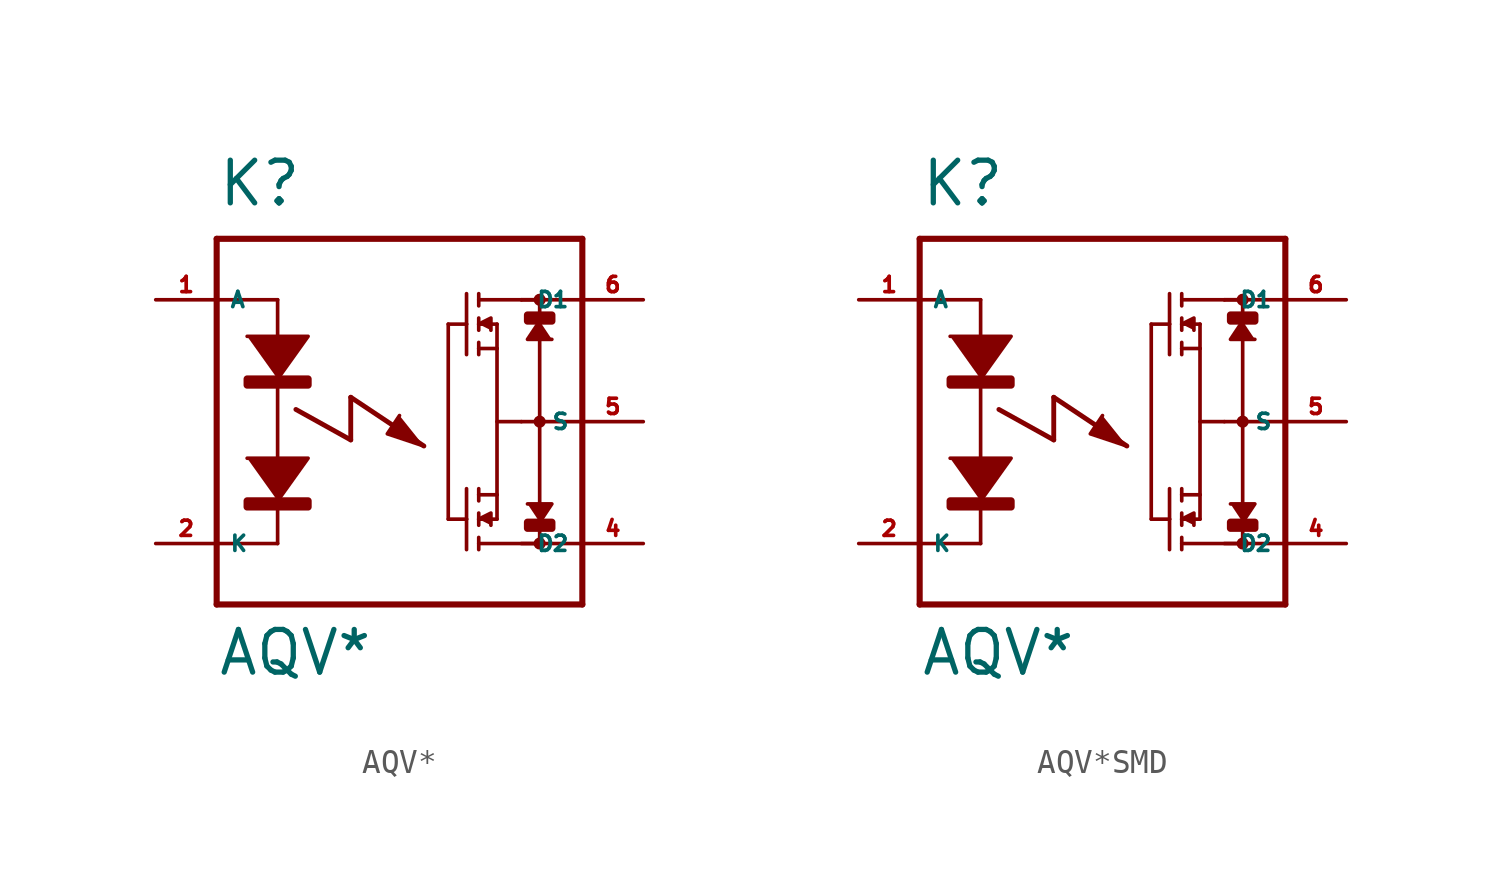
<source format=kicad_sym>
(kicad_symbol_lib
  (version 20220914)
  (generator Eagle2Kicad)
  (symbol "AQV*"
    (property "Reference" "K"
      (at -7.62 8.89 0)
      (effects (font (size 1.778 1.778) (thickness 0.22)) (justify left bottom)))
    (property "Value" "AQV*"
      (at -7.62 -10.668 0)
      (effects (font (size 1.778 1.778) (thickness 0.22)) (justify left bottom)))
    (polyline
      (pts (xy -6.35 3.556) (xy -3.81 3.556) (xy -5.08 1.778))
      (stroke (width 0.152) (type default))
      (fill (type outline)))
    (polyline
      (pts (xy 3.302 4.064) (xy 3.81 4.318) (xy 3.81 3.81))
      (stroke (width 0.152) (type default))
      (fill (type outline)))
    (polyline
      (pts (xy 3.302 -4.064) (xy 3.81 -3.81) (xy 3.81 -4.318))
      (stroke (width 0.152) (type default))
      (fill (type outline)))
    (polyline
      (pts (xy 5.842 4.191) (xy 5.334 3.429) (xy 6.35 3.429))
      (stroke (width 0.152) (type default))
      (fill (type outline)))
    (polyline
      (pts (xy 5.842 -4.191) (xy 6.35 -3.429) (xy 5.334 -3.429))
      (stroke (width 0.152) (type default))
      (fill (type outline)))
    (polyline
      (pts (xy -6.35 -1.524) (xy -3.81 -1.524) (xy -5.08 -3.302))
      (stroke (width 0.152) (type default))
      (fill (type outline)))
    (polyline
      (pts (xy 0 0.254) (xy -0.508 -0.508) (xy 1.016 -1.016))
      (stroke (width 0.152) (type default))
      (fill (type outline)))
    (polyline
      (pts (xy -5.08 5.08) (xy -5.08 -5.08))
      (stroke (width 0.152) (type default))
      (fill (type none)))
    (polyline
      (pts (xy 3.302 5.334) (xy 3.302 4.826))
      (stroke (width 0.152) (type default))
      (fill (type none)))
    (polyline
      (pts (xy 3.302 4.318) (xy 3.302 4.064))
      (stroke (width 0.152) (type default))
      (fill (type none)))
    (polyline
      (pts (xy 3.302 4.064) (xy 3.302 3.81))
      (stroke (width 0.152) (type default))
      (fill (type none)))
    (polyline
      (pts (xy 3.302 3.302) (xy 3.302 3.048))
      (stroke (width 0.152) (type default))
      (fill (type none)))
    (polyline
      (pts (xy 3.302 3.048) (xy 3.302 2.794))
      (stroke (width 0.152) (type default))
      (fill (type none)))
    (polyline
      (pts (xy 3.302 4.064) (xy 4.064 4.064))
      (stroke (width 0.152) (type default))
      (fill (type none)))
    (polyline
      (pts (xy 3.302 3.048) (xy 4.064 3.048))
      (stroke (width 0.152) (type default))
      (fill (type none)))
    (polyline
      (pts (xy 4.064 3.048) (xy 4.064 4.064))
      (stroke (width 0.152) (type default))
      (fill (type none)))
    (polyline
      (pts (xy 2.794 5.334) (xy 2.794 4.064))
      (stroke (width 0.152) (type default))
      (fill (type none)))
    (polyline
      (pts (xy 2.794 4.064) (xy 2.794 2.794))
      (stroke (width 0.152) (type default))
      (fill (type none)))
    (polyline
      (pts (xy 2.794 4.064) (xy 2.032 4.064))
      (stroke (width 0.152) (type default))
      (fill (type none)))
    (polyline
      (pts (xy 3.302 -5.334) (xy 3.302 -4.826))
      (stroke (width 0.152) (type default))
      (fill (type none)))
    (polyline
      (pts (xy 3.302 -4.318) (xy 3.302 -4.064))
      (stroke (width 0.152) (type default))
      (fill (type none)))
    (polyline
      (pts (xy 3.302 -4.064) (xy 3.302 -3.81))
      (stroke (width 0.152) (type default))
      (fill (type none)))
    (polyline
      (pts (xy 3.302 -3.302) (xy 3.302 -3.048))
      (stroke (width 0.152) (type default))
      (fill (type none)))
    (polyline
      (pts (xy 3.302 -3.048) (xy 3.302 -2.794))
      (stroke (width 0.152) (type default))
      (fill (type none)))
    (polyline
      (pts (xy 3.302 -4.064) (xy 4.064 -4.064))
      (stroke (width 0.152) (type default))
      (fill (type none)))
    (polyline
      (pts (xy 3.302 -3.048) (xy 4.064 -3.048))
      (stroke (width 0.152) (type default))
      (fill (type none)))
    (polyline
      (pts (xy 4.064 -3.048) (xy 4.064 -4.064))
      (stroke (width 0.152) (type default))
      (fill (type none)))
    (polyline
      (pts (xy 4.064 3.048) (xy 4.064 -3.048))
      (stroke (width 0.152) (type default))
      (fill (type none)))
    (polyline
      (pts (xy 2.794 -5.334) (xy 2.794 -4.064))
      (stroke (width 0.152) (type default))
      (fill (type none)))
    (polyline
      (pts (xy 2.794 -4.064) (xy 2.794 -2.794))
      (stroke (width 0.152) (type default))
      (fill (type none)))
    (polyline
      (pts (xy 2.794 -4.064) (xy 2.032 -4.064))
      (stroke (width 0.152) (type default))
      (fill (type none)))
    (polyline
      (pts (xy 2.032 4.064) (xy 2.032 -4.064))
      (stroke (width 0.152) (type default))
      (fill (type none)))
    (polyline
      (pts (xy -7.62 7.62) (xy -7.62 5.08))
      (stroke (width 0.254) (type default))
      (fill (type none)))
    (polyline
      (pts (xy -7.62 5.08) (xy -7.62 -5.08))
      (stroke (width 0.254) (type default))
      (fill (type none)))
    (polyline
      (pts (xy -7.62 -5.08) (xy -7.62 -7.62))
      (stroke (width 0.254) (type default))
      (fill (type none)))
    (polyline
      (pts (xy -7.62 -7.62) (xy 7.62 -7.62))
      (stroke (width 0.254) (type default))
      (fill (type none)))
    (polyline
      (pts (xy 7.62 -7.62) (xy 7.62 -5.08))
      (stroke (width 0.254) (type default))
      (fill (type none)))
    (polyline
      (pts (xy 7.62 -5.08) (xy 7.62 0))
      (stroke (width 0.254) (type default))
      (fill (type none)))
    (polyline
      (pts (xy 7.62 0) (xy 7.62 5.08))
      (stroke (width 0.254) (type default))
      (fill (type none)))
    (polyline
      (pts (xy 7.62 5.08) (xy 7.62 7.62))
      (stroke (width 0.254) (type default))
      (fill (type none)))
    (polyline
      (pts (xy 7.62 7.62) (xy -7.62 7.62))
      (stroke (width 0.254) (type default))
      (fill (type none)))
    (polyline
      (pts (xy 3.302 5.08) (xy 5.08 5.08))
      (stroke (width 0.152) (type default))
      (fill (type none)))
    (polyline
      (pts (xy 5.08 5.08) (xy 5.842 5.08))
      (stroke (width 0.152) (type default))
      (fill (type none)))
    (polyline
      (pts (xy 3.302 -5.08) (xy 5.842 -5.08))
      (stroke (width 0.152) (type default))
      (fill (type none)))
    (polyline
      (pts (xy 5.842 5.08) (xy 5.842 -5.08))
      (stroke (width 0.152) (type default))
      (fill (type none)))
    (polyline
      (pts (xy 4.064 0) (xy 5.08 0))
      (stroke (width 0.152) (type default))
      (fill (type none)))
    (polyline
      (pts (xy -5.08 5.08) (xy -7.62 5.08))
      (stroke (width 0.152) (type default))
      (fill (type none)))
    (polyline
      (pts (xy -5.08 -5.08) (xy -7.62 -5.08))
      (stroke (width 0.152) (type default))
      (fill (type none)))
    (polyline
      (pts (xy 7.62 5.08) (xy 5.08 5.08))
      (stroke (width 0.152) (type default))
      (fill (type none)))
    (polyline
      (pts (xy 7.62 0) (xy 5.08 0))
      (stroke (width 0.152) (type default))
      (fill (type none)))
    (polyline
      (pts (xy 7.62 -5.08) (xy 5.08 -5.08))
      (stroke (width 0.152) (type default))
      (fill (type none)))
    (polyline
      (pts (xy -4.318 0.508) (xy -2.032 -0.762))
      (stroke (width 0.203) (type default))
      (fill (type none)))
    (polyline
      (pts (xy -2.032 -0.762) (xy -2.032 1.016))
      (stroke (width 0.203) (type default))
      (fill (type none)))
    (polyline
      (pts (xy -2.032 1.016) (xy 1.016 -1.016))
      (stroke (width 0.203) (type default))
      (fill (type none)))
    (circle
      (center 5.842 5.08)
      (radius 0.127)
      (stroke (width 0.254) (type default))
      (fill (type none)))
    (circle
      (center 5.842 0)
      (radius 0.127)
      (stroke (width 0.254) (type default))
      (fill (type none)))
    (circle
      (center 5.842 -5.08)
      (radius 0.127)
      (stroke (width 0.254) (type default))
      (fill (type none)))
    (rectangle
      (start -6.35 1.524)
      (end -3.81 1.778)
      (stroke (width 0.3) (type default))
      (fill (type outline)))
    (rectangle
      (start 5.334 -4.445)
      (end 6.35 -4.191)
      (stroke (width 0.3) (type default))
      (fill (type outline)))
    (rectangle
      (start 5.334 4.191)
      (end 6.35 4.445)
      (stroke (width 0.3) (type default))
      (fill (type outline)))
    (rectangle
      (start -6.35 -3.556)
      (end -3.81 -3.302)
      (stroke (width 0.3) (type default))
      (fill (type outline)))
    (pin passive line
      (at -10.16 -5.08 0)
      (length 2.54)
      (name "K" (effects (font (size 0.635 0.635) (thickness 0.08)) (justify left bottom)))
      (number "2" (effects (font (size 0.635 0.635) (thickness 0.08)) (justify left bottom))))
    (pin passive line
      (at 10.16 5.08 180)
      (length 2.54)
      (name "D1" (effects (font (size 0.635 0.635) (thickness 0.08)) (justify left bottom)))
      (number "6" (effects (font (size 0.635 0.635) (thickness 0.08)) (justify left bottom))))
    (pin passive line
      (at 10.16 -5.08 180)
      (length 2.54)
      (name "D2" (effects (font (size 0.635 0.635) (thickness 0.08)) (justify left bottom)))
      (number "4" (effects (font (size 0.635 0.635) (thickness 0.08)) (justify left bottom))))
    (pin passive line
      (at -10.16 5.08 0)
      (length 2.54)
      (name "A" (effects (font (size 0.635 0.635) (thickness 0.08)) (justify left bottom)))
      (number "1" (effects (font (size 0.635 0.635) (thickness 0.08)) (justify left bottom))))
    (pin passive line
      (at 10.16 0 180)
      (length 2.54)
      (name "S" (effects (font (size 0.635 0.635) (thickness 0.08)) (justify left bottom)))
      (number "5" (effects (font (size 0.635 0.635) (thickness 0.08)) (justify left bottom)))))
  (symbol "AQV*SMD"
    (property "Reference" "K"
      (at -7.62 8.89 0)
      (effects (font (size 1.778 1.778) (thickness 0.22)) (justify left bottom)))
    (property "Value" "AQV*"
      (at -7.62 -10.668 0)
      (effects (font (size 1.778 1.778) (thickness 0.22)) (justify left bottom)))
    (polyline
      (pts (xy -6.35 3.556) (xy -3.81 3.556) (xy -5.08 1.778))
      (stroke (width 0.152) (type default))
      (fill (type outline)))
    (polyline
      (pts (xy 3.302 4.064) (xy 3.81 4.318) (xy 3.81 3.81))
      (stroke (width 0.152) (type default))
      (fill (type outline)))
    (polyline
      (pts (xy 3.302 -4.064) (xy 3.81 -3.81) (xy 3.81 -4.318))
      (stroke (width 0.152) (type default))
      (fill (type outline)))
    (polyline
      (pts (xy 5.842 4.191) (xy 5.334 3.429) (xy 6.35 3.429))
      (stroke (width 0.152) (type default))
      (fill (type outline)))
    (polyline
      (pts (xy 5.842 -4.191) (xy 6.35 -3.429) (xy 5.334 -3.429))
      (stroke (width 0.152) (type default))
      (fill (type outline)))
    (polyline
      (pts (xy -6.35 -1.524) (xy -3.81 -1.524) (xy -5.08 -3.302))
      (stroke (width 0.152) (type default))
      (fill (type outline)))
    (polyline
      (pts (xy 0 0.254) (xy -0.508 -0.508) (xy 1.016 -1.016))
      (stroke (width 0.152) (type default))
      (fill (type outline)))
    (polyline
      (pts (xy -5.08 5.08) (xy -5.08 -5.08))
      (stroke (width 0.152) (type default))
      (fill (type none)))
    (polyline
      (pts (xy 3.302 5.334) (xy 3.302 4.826))
      (stroke (width 0.152) (type default))
      (fill (type none)))
    (polyline
      (pts (xy 3.302 4.318) (xy 3.302 4.064))
      (stroke (width 0.152) (type default))
      (fill (type none)))
    (polyline
      (pts (xy 3.302 4.064) (xy 3.302 3.81))
      (stroke (width 0.152) (type default))
      (fill (type none)))
    (polyline
      (pts (xy 3.302 3.302) (xy 3.302 3.048))
      (stroke (width 0.152) (type default))
      (fill (type none)))
    (polyline
      (pts (xy 3.302 3.048) (xy 3.302 2.794))
      (stroke (width 0.152) (type default))
      (fill (type none)))
    (polyline
      (pts (xy 3.302 4.064) (xy 4.064 4.064))
      (stroke (width 0.152) (type default))
      (fill (type none)))
    (polyline
      (pts (xy 3.302 3.048) (xy 4.064 3.048))
      (stroke (width 0.152) (type default))
      (fill (type none)))
    (polyline
      (pts (xy 4.064 3.048) (xy 4.064 4.064))
      (stroke (width 0.152) (type default))
      (fill (type none)))
    (polyline
      (pts (xy 2.794 5.334) (xy 2.794 4.064))
      (stroke (width 0.152) (type default))
      (fill (type none)))
    (polyline
      (pts (xy 2.794 4.064) (xy 2.794 2.794))
      (stroke (width 0.152) (type default))
      (fill (type none)))
    (polyline
      (pts (xy 2.794 4.064) (xy 2.032 4.064))
      (stroke (width 0.152) (type default))
      (fill (type none)))
    (polyline
      (pts (xy 3.302 -5.334) (xy 3.302 -4.826))
      (stroke (width 0.152) (type default))
      (fill (type none)))
    (polyline
      (pts (xy 3.302 -4.318) (xy 3.302 -4.064))
      (stroke (width 0.152) (type default))
      (fill (type none)))
    (polyline
      (pts (xy 3.302 -4.064) (xy 3.302 -3.81))
      (stroke (width 0.152) (type default))
      (fill (type none)))
    (polyline
      (pts (xy 3.302 -3.302) (xy 3.302 -3.048))
      (stroke (width 0.152) (type default))
      (fill (type none)))
    (polyline
      (pts (xy 3.302 -3.048) (xy 3.302 -2.794))
      (stroke (width 0.152) (type default))
      (fill (type none)))
    (polyline
      (pts (xy 3.302 -4.064) (xy 4.064 -4.064))
      (stroke (width 0.152) (type default))
      (fill (type none)))
    (polyline
      (pts (xy 3.302 -3.048) (xy 4.064 -3.048))
      (stroke (width 0.152) (type default))
      (fill (type none)))
    (polyline
      (pts (xy 4.064 -3.048) (xy 4.064 -4.064))
      (stroke (width 0.152) (type default))
      (fill (type none)))
    (polyline
      (pts (xy 4.064 3.048) (xy 4.064 -3.048))
      (stroke (width 0.152) (type default))
      (fill (type none)))
    (polyline
      (pts (xy 2.794 -5.334) (xy 2.794 -4.064))
      (stroke (width 0.152) (type default))
      (fill (type none)))
    (polyline
      (pts (xy 2.794 -4.064) (xy 2.794 -2.794))
      (stroke (width 0.152) (type default))
      (fill (type none)))
    (polyline
      (pts (xy 2.794 -4.064) (xy 2.032 -4.064))
      (stroke (width 0.152) (type default))
      (fill (type none)))
    (polyline
      (pts (xy 2.032 4.064) (xy 2.032 -4.064))
      (stroke (width 0.152) (type default))
      (fill (type none)))
    (polyline
      (pts (xy -7.62 7.62) (xy -7.62 5.08))
      (stroke (width 0.254) (type default))
      (fill (type none)))
    (polyline
      (pts (xy -7.62 5.08) (xy -7.62 -5.08))
      (stroke (width 0.254) (type default))
      (fill (type none)))
    (polyline
      (pts (xy -7.62 -5.08) (xy -7.62 -7.62))
      (stroke (width 0.254) (type default))
      (fill (type none)))
    (polyline
      (pts (xy -7.62 -7.62) (xy 7.62 -7.62))
      (stroke (width 0.254) (type default))
      (fill (type none)))
    (polyline
      (pts (xy 7.62 -7.62) (xy 7.62 -5.08))
      (stroke (width 0.254) (type default))
      (fill (type none)))
    (polyline
      (pts (xy 7.62 -5.08) (xy 7.62 0))
      (stroke (width 0.254) (type default))
      (fill (type none)))
    (polyline
      (pts (xy 7.62 0) (xy 7.62 5.08))
      (stroke (width 0.254) (type default))
      (fill (type none)))
    (polyline
      (pts (xy 7.62 5.08) (xy 7.62 7.62))
      (stroke (width 0.254) (type default))
      (fill (type none)))
    (polyline
      (pts (xy 7.62 7.62) (xy -7.62 7.62))
      (stroke (width 0.254) (type default))
      (fill (type none)))
    (polyline
      (pts (xy 3.302 5.08) (xy 5.08 5.08))
      (stroke (width 0.152) (type default))
      (fill (type none)))
    (polyline
      (pts (xy 5.08 5.08) (xy 5.842 5.08))
      (stroke (width 0.152) (type default))
      (fill (type none)))
    (polyline
      (pts (xy 3.302 -5.08) (xy 5.842 -5.08))
      (stroke (width 0.152) (type default))
      (fill (type none)))
    (polyline
      (pts (xy 5.842 5.08) (xy 5.842 -5.08))
      (stroke (width 0.152) (type default))
      (fill (type none)))
    (polyline
      (pts (xy 4.064 0) (xy 5.08 0))
      (stroke (width 0.152) (type default))
      (fill (type none)))
    (polyline
      (pts (xy -5.08 5.08) (xy -7.62 5.08))
      (stroke (width 0.152) (type default))
      (fill (type none)))
    (polyline
      (pts (xy -5.08 -5.08) (xy -7.62 -5.08))
      (stroke (width 0.152) (type default))
      (fill (type none)))
    (polyline
      (pts (xy 7.62 5.08) (xy 5.08 5.08))
      (stroke (width 0.152) (type default))
      (fill (type none)))
    (polyline
      (pts (xy 7.62 0) (xy 5.08 0))
      (stroke (width 0.152) (type default))
      (fill (type none)))
    (polyline
      (pts (xy 7.62 -5.08) (xy 5.08 -5.08))
      (stroke (width 0.152) (type default))
      (fill (type none)))
    (polyline
      (pts (xy -4.318 0.508) (xy -2.032 -0.762))
      (stroke (width 0.203) (type default))
      (fill (type none)))
    (polyline
      (pts (xy -2.032 -0.762) (xy -2.032 1.016))
      (stroke (width 0.203) (type default))
      (fill (type none)))
    (polyline
      (pts (xy -2.032 1.016) (xy 1.016 -1.016))
      (stroke (width 0.203) (type default))
      (fill (type none)))
    (circle
      (center 5.842 5.08)
      (radius 0.127)
      (stroke (width 0.254) (type default))
      (fill (type none)))
    (circle
      (center 5.842 0)
      (radius 0.127)
      (stroke (width 0.254) (type default))
      (fill (type none)))
    (circle
      (center 5.842 -5.08)
      (radius 0.127)
      (stroke (width 0.254) (type default))
      (fill (type none)))
    (rectangle
      (start -6.35 1.524)
      (end -3.81 1.778)
      (stroke (width 0.3) (type default))
      (fill (type outline)))
    (rectangle
      (start 5.334 -4.445)
      (end 6.35 -4.191)
      (stroke (width 0.3) (type default))
      (fill (type outline)))
    (rectangle
      (start 5.334 4.191)
      (end 6.35 4.445)
      (stroke (width 0.3) (type default))
      (fill (type outline)))
    (rectangle
      (start -6.35 -3.556)
      (end -3.81 -3.302)
      (stroke (width 0.3) (type default))
      (fill (type outline)))
    (pin passive line
      (at -10.16 -5.08 0)
      (length 2.54)
      (name "K" (effects (font (size 0.635 0.635) (thickness 0.08)) (justify left bottom)))
      (number "2" (effects (font (size 0.635 0.635) (thickness 0.08)) (justify left bottom))))
    (pin passive line
      (at 10.16 5.08 180)
      (length 2.54)
      (name "D1" (effects (font (size 0.635 0.635) (thickness 0.08)) (justify left bottom)))
      (number "6" (effects (font (size 0.635 0.635) (thickness 0.08)) (justify left bottom))))
    (pin passive line
      (at 10.16 -5.08 180)
      (length 2.54)
      (name "D2" (effects (font (size 0.635 0.635) (thickness 0.08)) (justify left bottom)))
      (number "4" (effects (font (size 0.635 0.635) (thickness 0.08)) (justify left bottom))))
    (pin passive line
      (at -10.16 5.08 0)
      (length 2.54)
      (name "A" (effects (font (size 0.635 0.635) (thickness 0.08)) (justify left bottom)))
      (number "1" (effects (font (size 0.635 0.635) (thickness 0.08)) (justify left bottom))))
    (pin passive line
      (at 10.16 0 180)
      (length 2.54)
      (name "S" (effects (font (size 0.635 0.635) (thickness 0.08)) (justify left bottom)))
      (number "5" (effects (font (size 0.635 0.635) (thickness 0.08)) (justify left bottom))))))
</source>
